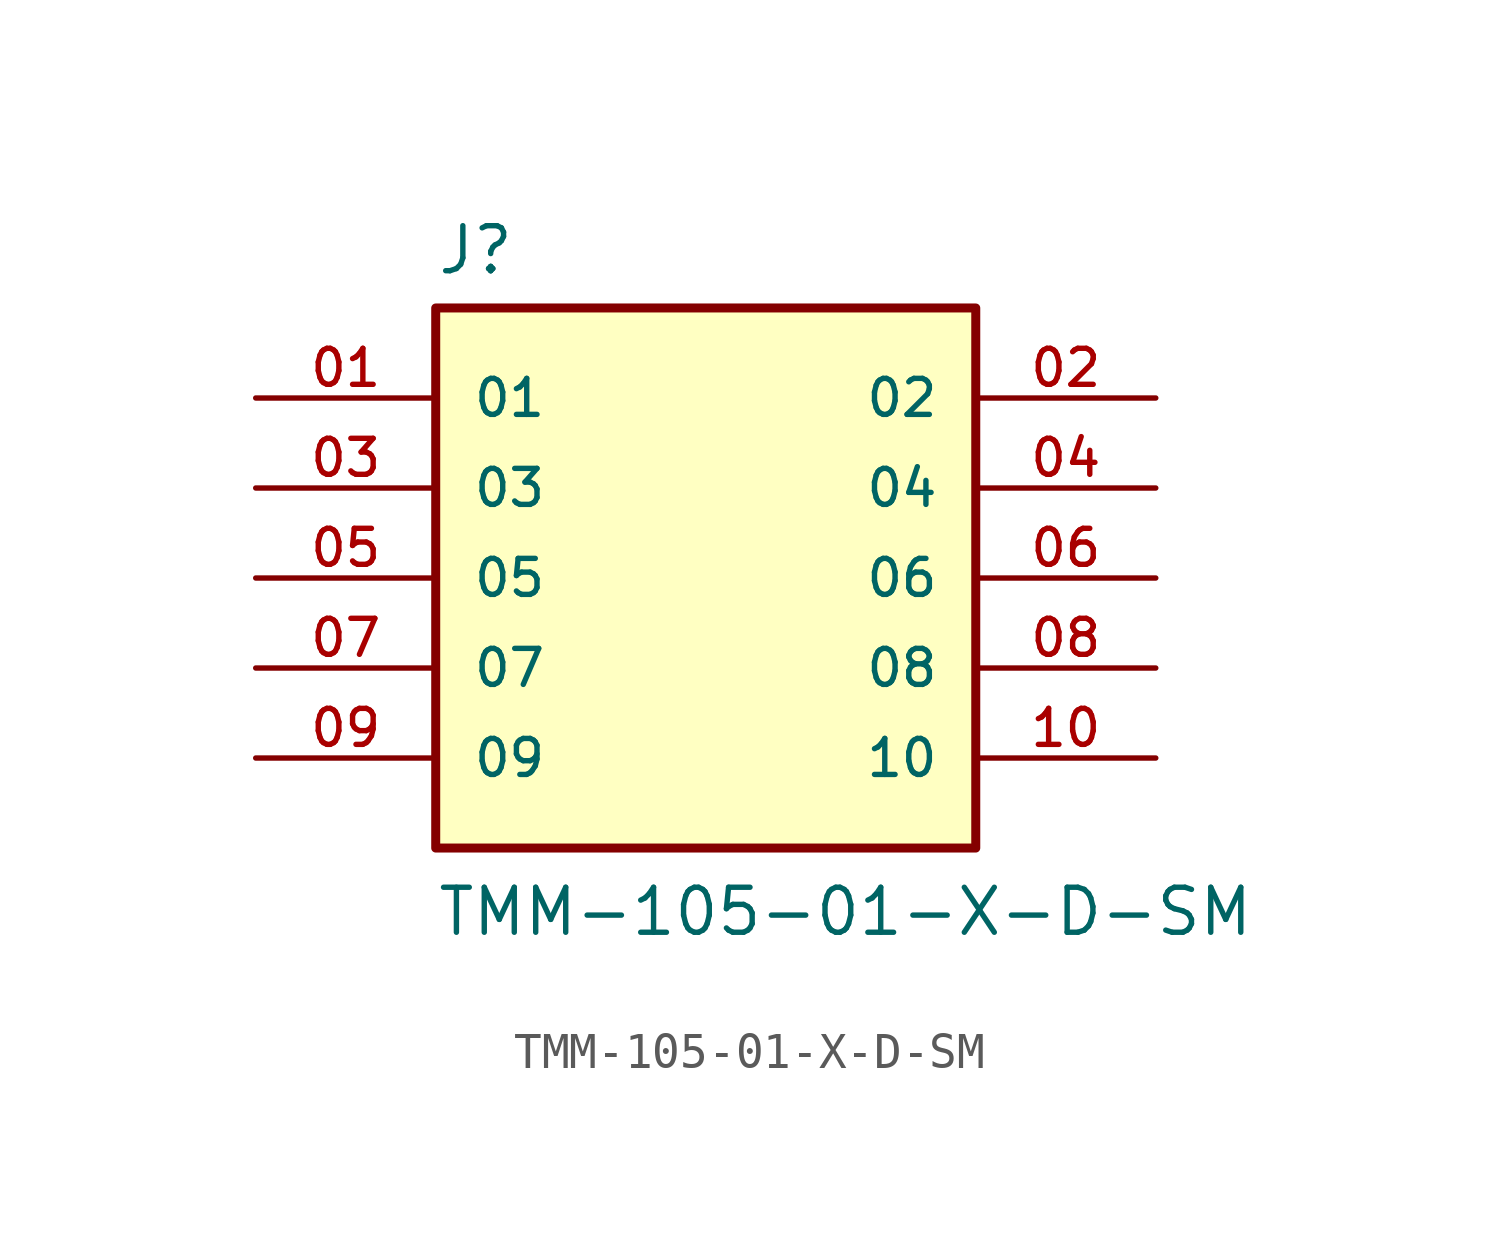
<source format=kicad_sym>
(kicad_symbol_lib
  (version 20211014)
  (generator kicad_symbol_editor)
  (symbol "TMM-105-01-X-D-SM"
    (pin_names
      (offset 1.016))
    (property "Reference" "J"
      (at -7.62 8.509 0)
      (effects (font (size 1.27 1.27)) (justify bottom left)))
    (property "Value" "TMM-105-01-X-D-SM"
      (at -7.62 -10.16 0)
      (effects (font (size 1.27 1.27)) (justify bottom left)))
    (symbol "TMM-105-01-X-D-SM_0_0"
      (rectangle (start -7.62 -7.62) (end 7.62 7.62) (stroke (width 0.254)) (fill (type background)))
      (pin passive line (at -12.7 5.08 0) (length 5.08) (name "01" (effects (font (size 1.016 1.016)))) (number "01" (effects (font (size 1.016 1.016)))))
      (pin passive line (at 12.7 5.08 180.0) (length 5.08) (name "02" (effects (font (size 1.016 1.016)))) (number "02" (effects (font (size 1.016 1.016)))))
      (pin passive line (at -12.7 2.54 0) (length 5.08) (name "03" (effects (font (size 1.016 1.016)))) (number "03" (effects (font (size 1.016 1.016)))))
      (pin passive line (at 12.7 2.54 180.0) (length 5.08) (name "04" (effects (font (size 1.016 1.016)))) (number "04" (effects (font (size 1.016 1.016)))))
      (pin passive line (at -12.7 0.0 0) (length 5.08) (name "05" (effects (font (size 1.016 1.016)))) (number "05" (effects (font (size 1.016 1.016)))))
      (pin passive line (at 12.7 0.0 180.0) (length 5.08) (name "06" (effects (font (size 1.016 1.016)))) (number "06" (effects (font (size 1.016 1.016)))))
      (pin passive line (at -12.7 -2.54 0) (length 5.08) (name "07" (effects (font (size 1.016 1.016)))) (number "07" (effects (font (size 1.016 1.016)))))
      (pin passive line (at 12.7 -2.54 180.0) (length 5.08) (name "08" (effects (font (size 1.016 1.016)))) (number "08" (effects (font (size 1.016 1.016)))))
      (pin passive line (at -12.7 -5.08 0) (length 5.08) (name "09" (effects (font (size 1.016 1.016)))) (number "09" (effects (font (size 1.016 1.016)))))
      (pin passive line (at 12.7 -5.08 180.0) (length 5.08) (name "10" (effects (font (size 1.016 1.016)))) (number "10" (effects (font (size 1.016 1.016))))))))
</source>
